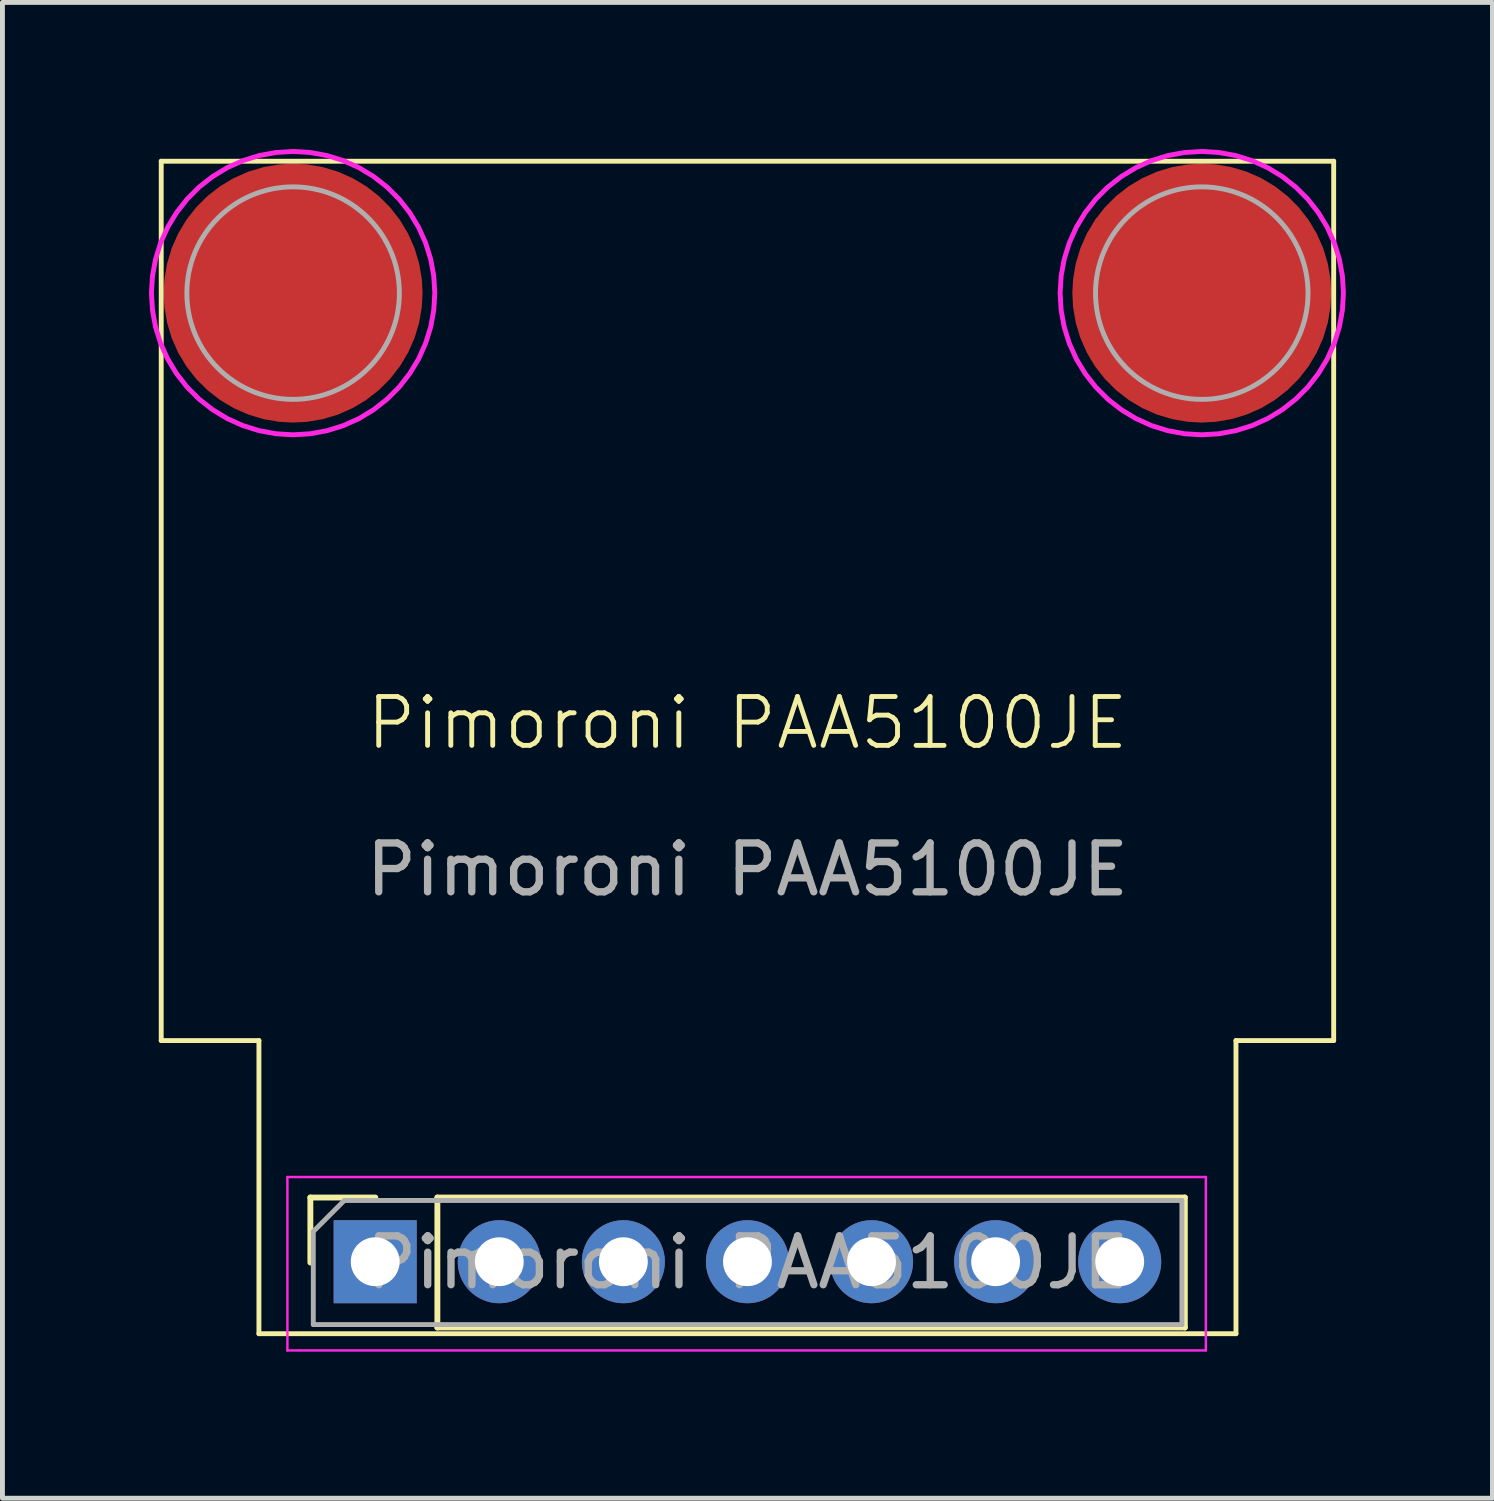
<source format=kicad_pcb>
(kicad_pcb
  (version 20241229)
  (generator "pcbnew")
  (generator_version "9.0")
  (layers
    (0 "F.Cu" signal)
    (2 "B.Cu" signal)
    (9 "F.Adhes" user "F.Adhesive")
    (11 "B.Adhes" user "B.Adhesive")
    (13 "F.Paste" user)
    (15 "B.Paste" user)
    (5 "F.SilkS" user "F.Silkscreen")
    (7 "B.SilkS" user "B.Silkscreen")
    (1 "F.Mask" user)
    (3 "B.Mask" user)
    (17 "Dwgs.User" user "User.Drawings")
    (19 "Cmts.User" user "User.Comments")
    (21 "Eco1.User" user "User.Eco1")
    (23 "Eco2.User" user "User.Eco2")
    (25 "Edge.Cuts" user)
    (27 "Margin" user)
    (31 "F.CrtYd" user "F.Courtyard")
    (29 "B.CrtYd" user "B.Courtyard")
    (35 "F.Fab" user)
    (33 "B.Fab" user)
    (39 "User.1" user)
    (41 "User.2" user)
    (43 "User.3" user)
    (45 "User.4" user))
  (footprint "Pimoroni PAA5100JE"
    (layer "F.Cu")
    (at 12.25 12.25)
    (property "Reference" "Pimoroni PAA5100JE" (at 0 -0.5 0) (unlocked yes) (layer "F.SilkS") (effects (font (size 1 1) (thickness 0.1))))
    (attr through_hole)
    (fp_line (start -12 -12) (end -12 6) (stroke (width 0.1) (type default)) (layer "F.SilkS"))
    (fp_line (start -12 -12) (end 12 -12) (stroke (width 0.1) (type default)) (layer "F.SilkS"))
    (fp_line (start -12 6) (end -10 6) (stroke (width 0.1) (type default)) (layer "F.SilkS"))
    (fp_line (start -10 12) (end -10 6) (stroke (width 0.1) (type default)) (layer "F.SilkS"))
    (fp_line (start -10 12) (end 10 12) (stroke (width 0.1) (type default)) (layer "F.SilkS"))
    (fp_line (start -8.947 9.213) (end -7.617 9.213) (stroke (width 0.12) (type solid)) (layer "F.SilkS"))
    (fp_line (start -8.947 10.543) (end -8.947 9.213) (stroke (width 0.12) (type solid)) (layer "F.SilkS"))
    (fp_line (start -6.347 9.213) (end 8.953 9.213) (stroke (width 0.12) (type solid)) (layer "F.SilkS"))
    (fp_line (start -6.347 11.873) (end -6.347 9.213) (stroke (width 0.12) (type solid)) (layer "F.SilkS"))
    (fp_line (start -6.347 11.873) (end 8.953 11.873) (stroke (width 0.12) (type solid)) (layer "F.SilkS"))
    (fp_line (start 8.953 11.873) (end 8.953 9.213) (stroke (width 0.12) (type solid)) (layer "F.SilkS"))
    (fp_line (start 10 6) (end 12 6) (stroke (width 0.1) (type default)) (layer "F.SilkS"))
    (fp_line (start 10 12) (end 10 6) (stroke (width 0.1) (type default)) (layer "F.SilkS"))
    (fp_line (start 12 -12) (end 12 6) (stroke (width 0.1) (type default)) (layer "F.SilkS"))
    (fp_poly (pts (xy -10.805 -8.946) (xy -10.785 -8.871) (xy -10.755 -8.777) (xy -10.715 -8.677) (xy -10.651 -8.547) (xy -10.606 -8.473) (xy -10.551 -8.393) (xy -10.501 -8.328) (xy -10.441 -8.258) (xy -10.366 -8.184) (xy -10.322 -8.139) (xy -10.267 -8.094) (xy -10.187 -8.034) (xy -10.112 -7.984) (xy -10.043 -7.944) (xy -9.943 -7.895) (xy -9.873 -7.865) (xy -9.808 -7.84) (xy -9.729 -7.815) (xy -9.654 -7.795) (xy -9.595 -7.784) (xy -9.595 -6.755) (xy -9.661 -6.76) (xy -9.726 -6.77) (xy -9.811 -6.785) (xy -9.901 -6.805) (xy -9.976 -6.825) (xy -10.051 -6.845) (xy -10.127 -6.87) (xy -10.197 -6.895) (xy -10.272 -6.925) (xy -10.342 -6.955) (xy -10.417 -6.99) (xy -10.467 -7.016) (xy -10.552 -7.061) (xy -10.623 -7.101) (xy -10.693 -7.146) (xy -10.768 -7.196) (xy -10.863 -7.266) (xy -10.958 -7.341) (xy -11.018 -7.396) (xy -11.088 -7.461) (xy -11.149 -7.522) (xy -11.209 -7.587) (xy -11.259 -7.642) (xy -11.314 -7.712) (xy -11.364 -7.777) (xy -11.414 -7.847) (xy -11.464 -7.922) (xy -11.504 -7.987) (xy -11.549 -8.068) (xy -11.589 -8.143) (xy -11.63 -8.223) (xy -11.665 -8.303) (xy -11.695 -8.378) (xy -11.72 -8.443) (xy -11.75 -8.539) (xy -11.78 -8.639) (xy -11.805 -8.739) (xy -11.82 -8.814) (xy -11.83 -8.874) (xy -11.84 -8.939) (xy -11.845 -9.005) (xy -10.816 -9.005)) (stroke (width 0) (type default)) (fill yes) (layer "F.Paste"))
    (fp_poly (pts (xy -9.595 -10.816) (xy -9.654 -10.805) (xy -9.729 -10.785) (xy -9.823 -10.755) (xy -9.923 -10.715) (xy -10.053 -10.651) (xy -10.127 -10.606) (xy -10.207 -10.551) (xy -10.272 -10.501) (xy -10.342 -10.441) (xy -10.416 -10.366) (xy -10.461 -10.322) (xy -10.506 -10.267) (xy -10.566 -10.187) (xy -10.616 -10.112) (xy -10.656 -10.043) (xy -10.705 -9.943) (xy -10.735 -9.873) (xy -10.76 -9.808) (xy -10.785 -9.729) (xy -10.805 -9.654) (xy -10.816 -9.595) (xy -11.845 -9.595) (xy -11.84 -9.661) (xy -11.83 -9.726) (xy -11.815 -9.811) (xy -11.795 -9.901) (xy -11.775 -9.976) (xy -11.755 -10.051) (xy -11.73 -10.127) (xy -11.705 -10.197) (xy -11.675 -10.272) (xy -11.645 -10.342) (xy -11.61 -10.417) (xy -11.584 -10.467) (xy -11.539 -10.552) (xy -11.499 -10.623) (xy -11.454 -10.693) (xy -11.404 -10.768) (xy -11.334 -10.863) (xy -11.259 -10.958) (xy -11.204 -11.018) (xy -11.139 -11.088) (xy -11.078 -11.149) (xy -11.013 -11.209) (xy -10.958 -11.259) (xy -10.888 -11.314) (xy -10.823 -11.364) (xy -10.753 -11.414) (xy -10.678 -11.464) (xy -10.613 -11.504) (xy -10.532 -11.549) (xy -10.457 -11.589) (xy -10.377 -11.63) (xy -10.297 -11.665) (xy -10.222 -11.695) (xy -10.157 -11.72) (xy -10.061 -11.75) (xy -9.961 -11.78) (xy -9.861 -11.805) (xy -9.786 -11.82) (xy -9.726 -11.83) (xy -9.661 -11.84) (xy -9.595 -11.845)) (stroke (width 0) (type default)) (fill yes) (layer "F.Paste"))
    (fp_poly (pts (xy -8.939 -11.84) (xy -8.874 -11.83) (xy -8.789 -11.815) (xy -8.699 -11.795) (xy -8.624 -11.775) (xy -8.549 -11.755) (xy -8.473 -11.73) (xy -8.403 -11.705) (xy -8.328 -11.675) (xy -8.258 -11.645) (xy -8.183 -11.61) (xy -8.133 -11.584) (xy -8.048 -11.539) (xy -7.977 -11.499) (xy -7.907 -11.454) (xy -7.832 -11.404) (xy -7.737 -11.334) (xy -7.642 -11.259) (xy -7.582 -11.204) (xy -7.512 -11.139) (xy -7.451 -11.078) (xy -7.391 -11.013) (xy -7.341 -10.958) (xy -7.286 -10.888) (xy -7.236 -10.823) (xy -7.186 -10.753) (xy -7.136 -10.678) (xy -7.096 -10.613) (xy -7.051 -10.532) (xy -7.011 -10.457) (xy -6.97 -10.377) (xy -6.935 -10.297) (xy -6.905 -10.222) (xy -6.88 -10.157) (xy -6.85 -10.061) (xy -6.82 -9.961) (xy -6.795 -9.861) (xy -6.78 -9.786) (xy -6.77 -9.726) (xy -6.76 -9.661) (xy -6.755 -9.595) (xy -7.784 -9.595) (xy -7.795 -9.654) (xy -7.815 -9.729) (xy -7.845 -9.823) (xy -7.885 -9.923) (xy -7.949 -10.053) (xy -7.994 -10.127) (xy -8.049 -10.207) (xy -8.099 -10.272) (xy -8.159 -10.342) (xy -8.234 -10.416) (xy -8.278 -10.461) (xy -8.333 -10.506) (xy -8.413 -10.566) (xy -8.488 -10.616) (xy -8.557 -10.656) (xy -8.657 -10.705) (xy -8.727 -10.735) (xy -8.792 -10.76) (xy -8.871 -10.785) (xy -8.946 -10.805) (xy -9.005 -10.816) (xy -9.005 -11.845)) (stroke (width 0) (type default)) (fill yes) (layer "F.Paste"))
    (fp_poly (pts (xy -6.76 -8.939) (xy -6.77 -8.874) (xy -6.785 -8.789) (xy -6.805 -8.699) (xy -6.825 -8.624) (xy -6.845 -8.549) (xy -6.87 -8.473) (xy -6.895 -8.403) (xy -6.925 -8.328) (xy -6.955 -8.258) (xy -6.99 -8.183) (xy -7.016 -8.133) (xy -7.061 -8.048) (xy -7.101 -7.977) (xy -7.146 -7.907) (xy -7.196 -7.832) (xy -7.266 -7.737) (xy -7.341 -7.642) (xy -7.396 -7.582) (xy -7.461 -7.512) (xy -7.522 -7.451) (xy -7.587 -7.391) (xy -7.642 -7.341) (xy -7.712 -7.286) (xy -7.777 -7.236) (xy -7.847 -7.186) (xy -7.922 -7.136) (xy -7.987 -7.096) (xy -8.068 -7.051) (xy -8.143 -7.011) (xy -8.223 -6.97) (xy -8.303 -6.935) (xy -8.378 -6.905) (xy -8.443 -6.88) (xy -8.539 -6.85) (xy -8.639 -6.82) (xy -8.739 -6.795) (xy -8.814 -6.78) (xy -8.874 -6.77) (xy -8.939 -6.76) (xy -9.005 -6.755) (xy -9.005 -7.784) (xy -8.946 -7.795) (xy -8.871 -7.815) (xy -8.777 -7.845) (xy -8.677 -7.885) (xy -8.547 -7.949) (xy -8.473 -7.994) (xy -8.393 -8.049) (xy -8.328 -8.099) (xy -8.258 -8.159) (xy -8.184 -8.234) (xy -8.139 -8.278) (xy -8.094 -8.333) (xy -8.034 -8.413) (xy -7.984 -8.488) (xy -7.944 -8.557) (xy -7.895 -8.657) (xy -7.865 -8.727) (xy -7.84 -8.792) (xy -7.815 -8.871) (xy -7.795 -8.946) (xy -7.784 -9.005) (xy -6.755 -9.005)) (stroke (width 0) (type default)) (fill yes) (layer "F.Paste"))
    (fp_poly (pts (xy 7.795 -8.946) (xy 7.815 -8.871) (xy 7.845 -8.777) (xy 7.885 -8.677) (xy 7.949 -8.547) (xy 7.994 -8.473) (xy 8.049 -8.393) (xy 8.099 -8.328) (xy 8.159 -8.258) (xy 8.234 -8.184) (xy 8.278 -8.139) (xy 8.333 -8.094) (xy 8.413 -8.034) (xy 8.488 -7.984) (xy 8.557 -7.944) (xy 8.657 -7.895) (xy 8.727 -7.865) (xy 8.792 -7.84) (xy 8.871 -7.815) (xy 8.946 -7.795) (xy 9.005 -7.784) (xy 9.005 -6.755) (xy 8.939 -6.76) (xy 8.874 -6.77) (xy 8.789 -6.785) (xy 8.699 -6.805) (xy 8.624 -6.825) (xy 8.549 -6.845) (xy 8.473 -6.87) (xy 8.403 -6.895) (xy 8.328 -6.925) (xy 8.258 -6.955) (xy 8.183 -6.99) (xy 8.133 -7.016) (xy 8.048 -7.061) (xy 7.977 -7.101) (xy 7.907 -7.146) (xy 7.832 -7.196) (xy 7.737 -7.266) (xy 7.642 -7.341) (xy 7.582 -7.396) (xy 7.512 -7.461) (xy 7.451 -7.522) (xy 7.391 -7.587) (xy 7.341 -7.642) (xy 7.286 -7.712) (xy 7.236 -7.777) (xy 7.186 -7.847) (xy 7.136 -7.922) (xy 7.096 -7.987) (xy 7.051 -8.068) (xy 7.011 -8.143) (xy 6.97 -8.223) (xy 6.935 -8.303) (xy 6.905 -8.378) (xy 6.88 -8.443) (xy 6.85 -8.539) (xy 6.82 -8.639) (xy 6.795 -8.739) (xy 6.78 -8.814) (xy 6.77 -8.874) (xy 6.76 -8.939) (xy 6.755 -9.005) (xy 7.784 -9.005)) (stroke (width 0) (type default)) (fill yes) (layer "F.Paste"))
    (fp_poly (pts (xy 9.005 -10.816) (xy 8.946 -10.805) (xy 8.871 -10.785) (xy 8.777 -10.755) (xy 8.677 -10.715) (xy 8.547 -10.651) (xy 8.473 -10.606) (xy 8.393 -10.551) (xy 8.328 -10.501) (xy 8.258 -10.441) (xy 8.184 -10.366) (xy 8.139 -10.322) (xy 8.094 -10.267) (xy 8.034 -10.187) (xy 7.984 -10.112) (xy 7.944 -10.043) (xy 7.895 -9.943) (xy 7.865 -9.873) (xy 7.84 -9.808) (xy 7.815 -9.729) (xy 7.795 -9.654) (xy 7.784 -9.595) (xy 6.755 -9.595) (xy 6.76 -9.661) (xy 6.77 -9.726) (xy 6.785 -9.811) (xy 6.805 -9.901) (xy 6.825 -9.976) (xy 6.845 -10.051) (xy 6.87 -10.127) (xy 6.895 -10.197) (xy 6.925 -10.272) (xy 6.955 -10.342) (xy 6.99 -10.417) (xy 7.016 -10.467) (xy 7.061 -10.552) (xy 7.101 -10.623) (xy 7.146 -10.693) (xy 7.196 -10.768) (xy 7.266 -10.863) (xy 7.341 -10.958) (xy 7.396 -11.018) (xy 7.461 -11.088) (xy 7.522 -11.149) (xy 7.587 -11.209) (xy 7.642 -11.259) (xy 7.712 -11.314) (xy 7.777 -11.364) (xy 7.847 -11.414) (xy 7.922 -11.464) (xy 7.987 -11.504) (xy 8.068 -11.549) (xy 8.143 -11.589) (xy 8.223 -11.63) (xy 8.303 -11.665) (xy 8.378 -11.695) (xy 8.443 -11.72) (xy 8.539 -11.75) (xy 8.639 -11.78) (xy 8.739 -11.805) (xy 8.814 -11.82) (xy 8.874 -11.83) (xy 8.939 -11.84) (xy 9.005 -11.845)) (stroke (width 0) (type default)) (fill yes) (layer "F.Paste"))
    (fp_poly (pts (xy 9.661 -11.84) (xy 9.726 -11.83) (xy 9.811 -11.815) (xy 9.901 -11.795) (xy 9.976 -11.775) (xy 10.051 -11.755) (xy 10.127 -11.73) (xy 10.197 -11.705) (xy 10.272 -11.675) (xy 10.342 -11.645) (xy 10.417 -11.61) (xy 10.467 -11.584) (xy 10.552 -11.539) (xy 10.623 -11.499) (xy 10.693 -11.454) (xy 10.768 -11.404) (xy 10.863 -11.334) (xy 10.958 -11.259) (xy 11.018 -11.204) (xy 11.088 -11.139) (xy 11.149 -11.078) (xy 11.209 -11.013) (xy 11.259 -10.958) (xy 11.314 -10.888) (xy 11.364 -10.823) (xy 11.414 -10.753) (xy 11.464 -10.678) (xy 11.504 -10.613) (xy 11.549 -10.532) (xy 11.589 -10.457) (xy 11.63 -10.377) (xy 11.665 -10.297) (xy 11.695 -10.222) (xy 11.72 -10.157) (xy 11.75 -10.061) (xy 11.78 -9.961) (xy 11.805 -9.861) (xy 11.82 -9.786) (xy 11.83 -9.726) (xy 11.84 -9.661) (xy 11.845 -9.595) (xy 10.816 -9.595) (xy 10.805 -9.654) (xy 10.785 -9.729) (xy 10.755 -9.823) (xy 10.715 -9.923) (xy 10.651 -10.053) (xy 10.606 -10.127) (xy 10.551 -10.207) (xy 10.501 -10.272) (xy 10.441 -10.342) (xy 10.366 -10.416) (xy 10.322 -10.461) (xy 10.267 -10.506) (xy 10.187 -10.566) (xy 10.112 -10.616) (xy 10.043 -10.656) (xy 9.943 -10.705) (xy 9.873 -10.735) (xy 9.808 -10.76) (xy 9.729 -10.785) (xy 9.654 -10.805) (xy 9.595 -10.816) (xy 9.595 -11.845)) (stroke (width 0) (type default)) (fill yes) (layer "F.Paste"))
    (fp_poly (pts (xy 11.84 -8.939) (xy 11.83 -8.874) (xy 11.815 -8.789) (xy 11.795 -8.699) (xy 11.775 -8.624) (xy 11.755 -8.549) (xy 11.73 -8.473) (xy 11.705 -8.403) (xy 11.675 -8.328) (xy 11.645 -8.258) (xy 11.61 -8.183) (xy 11.584 -8.133) (xy 11.539 -8.048) (xy 11.499 -7.977) (xy 11.454 -7.907) (xy 11.404 -7.832) (xy 11.334 -7.737) (xy 11.259 -7.642) (xy 11.204 -7.582) (xy 11.139 -7.512) (xy 11.078 -7.451) (xy 11.013 -7.391) (xy 10.958 -7.341) (xy 10.888 -7.286) (xy 10.823 -7.236) (xy 10.753 -7.186) (xy 10.678 -7.136) (xy 10.613 -7.096) (xy 10.532 -7.051) (xy 10.457 -7.011) (xy 10.377 -6.97) (xy 10.297 -6.935) (xy 10.222 -6.905) (xy 10.157 -6.88) (xy 10.061 -6.85) (xy 9.961 -6.82) (xy 9.861 -6.795) (xy 9.786 -6.78) (xy 9.726 -6.77) (xy 9.661 -6.76) (xy 9.595 -6.755) (xy 9.595 -7.784) (xy 9.654 -7.795) (xy 9.729 -7.815) (xy 9.823 -7.845) (xy 9.923 -7.885) (xy 10.053 -7.949) (xy 10.127 -7.994) (xy 10.207 -8.049) (xy 10.272 -8.099) (xy 10.342 -8.159) (xy 10.416 -8.234) (xy 10.461 -8.278) (xy 10.506 -8.333) (xy 10.566 -8.413) (xy 10.616 -8.488) (xy 10.656 -8.557) (xy 10.705 -8.657) (xy 10.735 -8.727) (xy 10.76 -8.792) (xy 10.785 -8.871) (xy 10.805 -8.946) (xy 10.816 -9.005) (xy 11.845 -9.005)) (stroke (width 0) (type default)) (fill yes) (layer "F.Paste"))
    (fp_line (start -9.417 8.793) (end 9.383 8.793) (stroke (width 0.05) (type solid)) (layer "F.CrtYd"))
    (fp_line (start -9.417 12.343) (end -9.417 8.793) (stroke (width 0.05) (type solid)) (layer "F.CrtYd"))
    (fp_line (start 9.383 8.793) (end 9.383 12.343) (stroke (width 0.05) (type solid)) (layer "F.CrtYd"))
    (fp_line (start 9.383 12.343) (end -9.417 12.343) (stroke (width 0.05) (type solid)) (layer "F.CrtYd"))
    (fp_poly (pts (xy -8.95 -12.179) (xy -8.606 -12.116) (xy -8.272 -12.012) (xy -7.952 -11.868) (xy -7.653 -11.687) (xy -7.377 -11.471) (xy -7.129 -11.223) (xy -6.913 -10.947) (xy -6.732 -10.648) (xy -6.588 -10.328) (xy -6.484 -9.994) (xy -6.421 -9.65) (xy -6.4 -9.3) (xy -6.421 -8.95) (xy -6.484 -8.606) (xy -6.588 -8.272) (xy -6.732 -7.952) (xy -6.913 -7.653) (xy -7.129 -7.377) (xy -7.377 -7.129) (xy -7.653 -6.913) (xy -7.952 -6.732) (xy -8.272 -6.588) (xy -8.606 -6.484) (xy -8.95 -6.421) (xy -9.3 -6.4) (xy -9.65 -6.421) (xy -9.994 -6.484) (xy -10.328 -6.588) (xy -10.648 -6.732) (xy -10.947 -6.913) (xy -11.223 -7.129) (xy -11.471 -7.377) (xy -11.687 -7.653) (xy -11.868 -7.952) (xy -12.012 -8.272) (xy -12.116 -8.606) (xy -12.179 -8.95) (xy -12.2 -9.3) (xy -12.179 -9.65) (xy -12.116 -9.994) (xy -12.012 -10.328) (xy -11.868 -10.648) (xy -11.687 -10.947) (xy -11.471 -11.223) (xy -11.223 -11.471) (xy -10.947 -11.687) (xy -10.648 -11.868) (xy -10.328 -12.012) (xy -9.994 -12.116) (xy -9.65 -12.179) (xy -9.3 -12.2)) (stroke (width 0.1) (type default)) (fill no) (layer "F.CrtYd"))
    (fp_poly (pts (xy 9.65 -12.179) (xy 9.994 -12.116) (xy 10.328 -12.012) (xy 10.648 -11.868) (xy 10.947 -11.687) (xy 11.223 -11.471) (xy 11.471 -11.223) (xy 11.687 -10.947) (xy 11.868 -10.648) (xy 12.012 -10.328) (xy 12.116 -9.994) (xy 12.179 -9.65) (xy 12.2 -9.3) (xy 12.179 -8.95) (xy 12.116 -8.606) (xy 12.012 -8.272) (xy 11.868 -7.952) (xy 11.687 -7.653) (xy 11.471 -7.377) (xy 11.223 -7.129) (xy 10.947 -6.913) (xy 10.648 -6.732) (xy 10.328 -6.588) (xy 9.994 -6.484) (xy 9.65 -6.421) (xy 9.3 -6.4) (xy 8.95 -6.421) (xy 8.606 -6.484) (xy 8.272 -6.588) (xy 7.952 -6.732) (xy 7.653 -6.913) (xy 7.377 -7.129) (xy 7.129 -7.377) (xy 6.913 -7.653) (xy 6.732 -7.952) (xy 6.588 -8.272) (xy 6.484 -8.606) (xy 6.421 -8.95) (xy 6.4 -9.3) (xy 6.421 -9.65) (xy 6.484 -9.994) (xy 6.588 -10.328) (xy 6.732 -10.648) (xy 6.913 -10.947) (xy 7.129 -11.223) (xy 7.377 -11.471) (xy 7.653 -11.687) (xy 7.952 -11.868) (xy 8.272 -12.012) (xy 8.606 -12.116) (xy 8.95 -12.179) (xy 9.3 -12.2)) (stroke (width 0.1) (type default)) (fill no) (layer "F.CrtYd"))
    (fp_line (start -8.887 9.908) (end -8.252 9.273) (stroke (width 0.1) (type solid)) (layer "F.Fab"))
    (fp_line (start -8.887 11.813) (end -8.887 9.908) (stroke (width 0.1) (type solid)) (layer "F.Fab"))
    (fp_line (start -8.252 9.273) (end 8.893 9.273) (stroke (width 0.1) (type solid)) (layer "F.Fab"))
    (fp_line (start 8.893 9.273) (end 8.893 11.813) (stroke (width 0.1) (type solid)) (layer "F.Fab"))
    (fp_line (start 8.893 11.813) (end -8.887 11.813) (stroke (width 0.1) (type solid)) (layer "F.Fab"))
    (fp_circle (center -9.3 -9.3) (end -7.125 -9.3) (stroke (width 0.1) (type solid)) (fill no) (layer "F.Fab"))
    (fp_circle (center 9.3 -9.3) (end 11.475 -9.3) (stroke (width 0.1) (type solid)) (fill no) (layer "F.Fab"))
    (fp_text user "${REFERENCE}" (at 0.003 10.543 180) (layer "F.Fab") (effects (font (size 1 1) (thickness 0.15))))
    (fp_text user "${REFERENCE}" (at 0 2.5 0) (unlocked yes) (layer "F.Fab") (effects (font (size 1 1) (thickness 0.15))))
    (pad "1" smd roundrect (at -9.3 -9.3) (size 5.3 5.3) (layers "F.Cu" "F.Mask") (roundrect_rratio 0.5))
    (pad "1" thru_hole rect (at -7.62 10.527 90) (size 1.7 1.7) (drill 1) (layers "*.Cu" "*.Mask"))
    (pad "1" smd roundrect (at 9.3 -9.3) (size 5.3 5.3) (layers "F.Cu" "F.Mask") (roundrect_rratio 0.5))
    (pad "2" thru_hole oval (at -5.08 10.527 90) (size 1.7 1.7) (drill 1) (layers "*.Cu" "*.Mask"))
    (pad "3" thru_hole oval (at -2.54 10.527 90) (size 1.7 1.7) (drill 1) (layers "*.Cu" "*.Mask"))
    (pad "4" thru_hole oval (at 0 10.527 90) (size 1.7 1.7) (drill 1) (layers "*.Cu" "*.Mask"))
    (pad "5" thru_hole oval (at 2.54 10.527 90) (size 1.7 1.7) (drill 1) (layers "*.Cu" "*.Mask"))
    (pad "6" thru_hole oval (at 5.08 10.527 90) (size 1.7 1.7) (drill 1) (layers "*.Cu" "*.Mask"))
    (pad "7" thru_hole oval (at 7.62 10.527 90) (size 1.7 1.7) (drill 1) (layers "*.Cu" "*.Mask")))
  (gr_rect
    (start -3 -3)
    (end 27.5 27.618)
    (stroke (width 0.1) (type default))
    (fill no)
    (layer "Edge.Cuts")))
</source>
